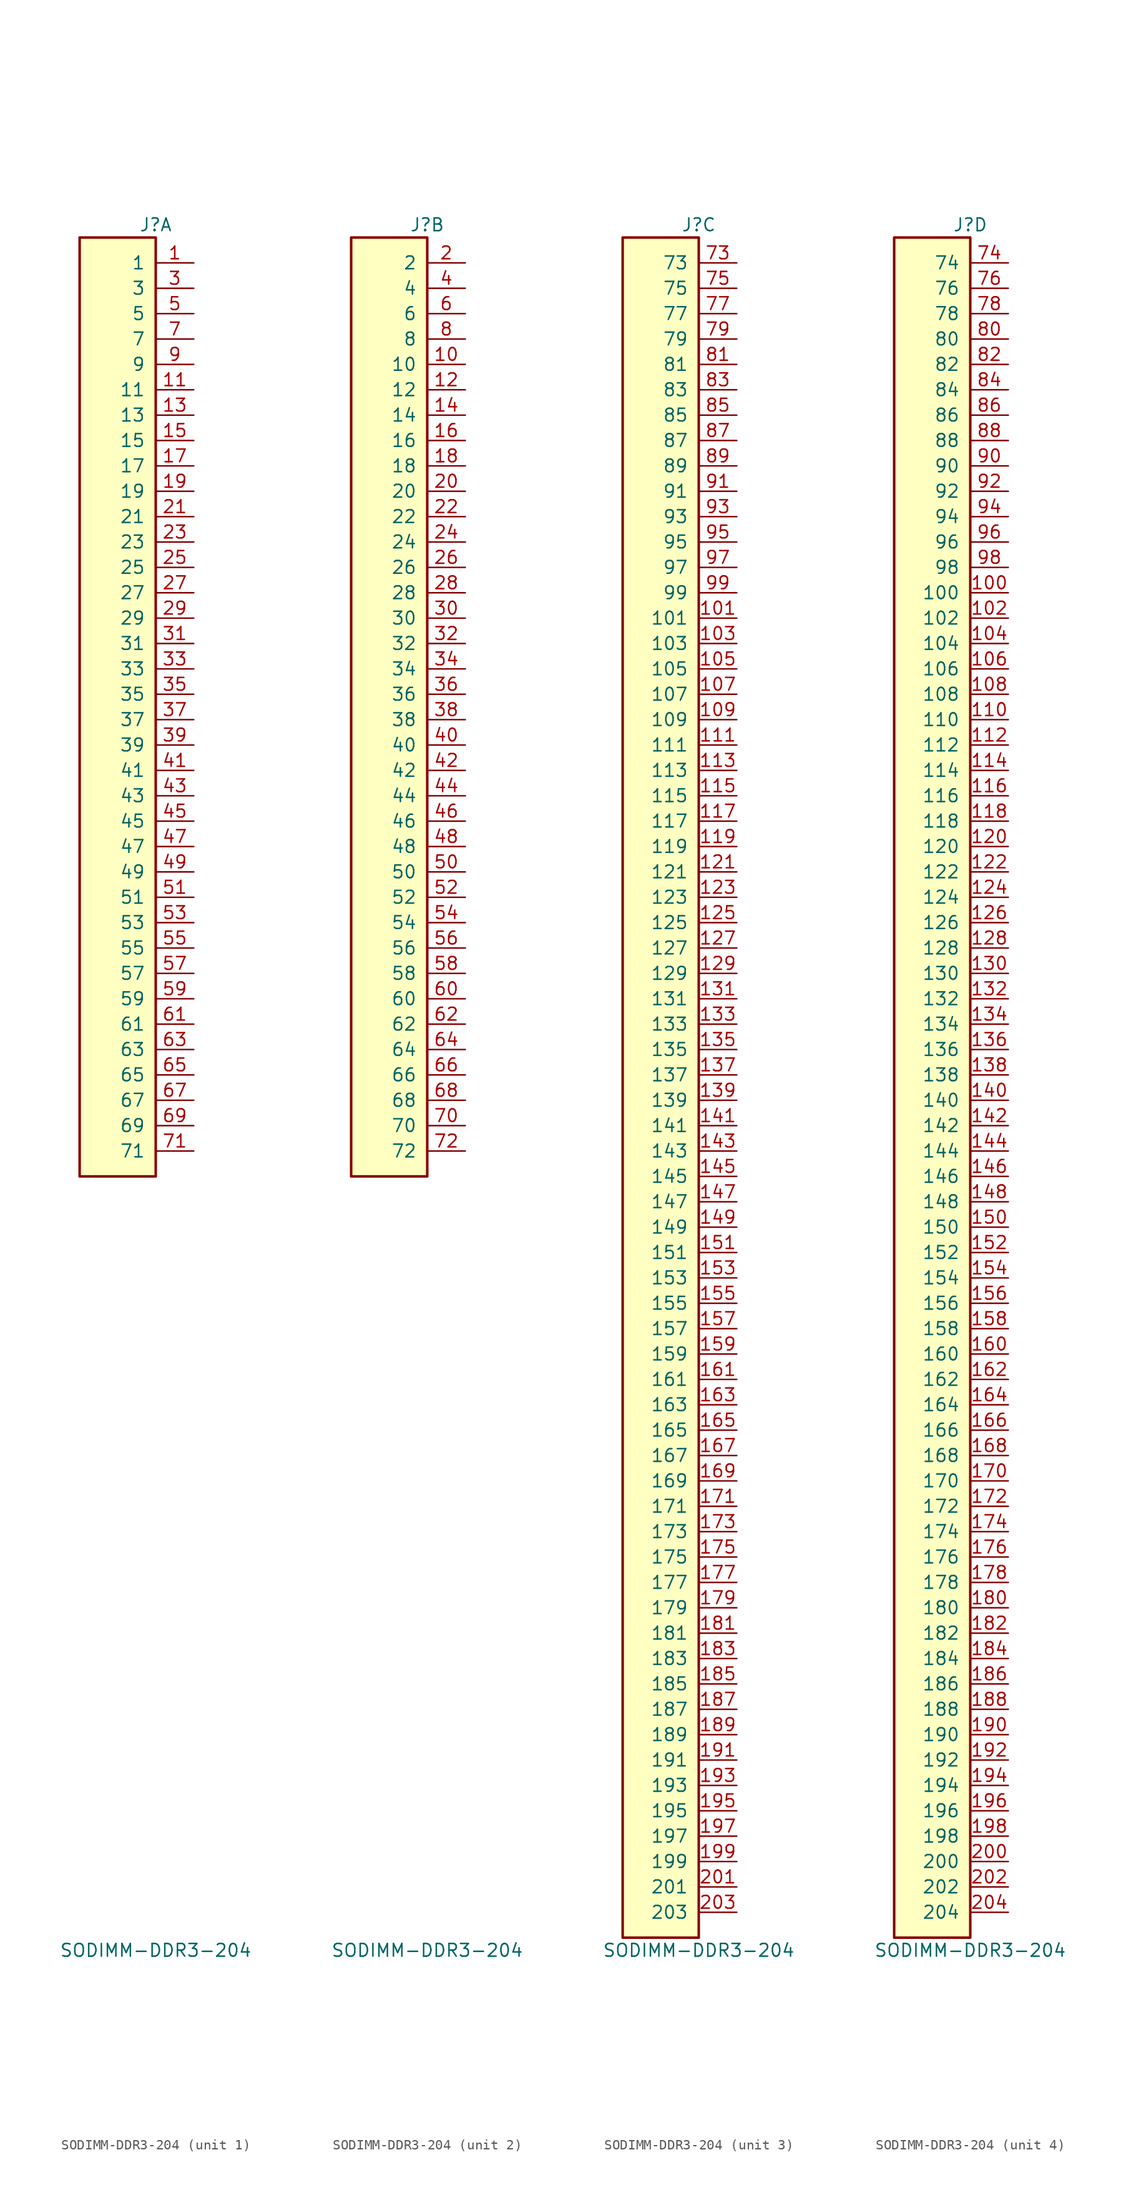
<source format=kicad_sym>
(kicad_symbol_lib
  (version 20220914)
  (generator kicad_symbol_editor)
  (symbol "SODIMM-DDR3-204"
    (pin_names
      (offset 1.016))
    (property "Reference" "J"
      (at 0 44.45 0)
      (effects (font (size 1.27 1.27))))
    (property "Value" "SODIMM-DDR3-204"
      (at 0 -128.27 0)
      (effects (font (size 1.27 1.27))))
    (property "ki_locked" ""
      (at 0 0 0)
      (effects (font (size 1.27 1.27))))
    (symbol "SODIMM-DDR3-204_1_1"
      (rectangle (start 0 43.18) (end -7.62 -50.8) (stroke (width 0.254) (type default)) (fill (type background)))
      (pin unspecified line (at 3.81 40.64 180) (length 3.81) (name "1" (effects (font (size 1.27 1.27)))) (number "1" (effects (font (size 1.27 1.27)))))
      (pin unspecified line (at 3.81 27.94 180) (length 3.81) (name "11" (effects (font (size 1.27 1.27)))) (number "11" (effects (font (size 1.27 1.27)))))
      (pin unspecified line (at 3.81 25.4 180) (length 3.81) (name "13" (effects (font (size 1.27 1.27)))) (number "13" (effects (font (size 1.27 1.27)))))
      (pin unspecified line (at 3.81 22.86 180) (length 3.81) (name "15" (effects (font (size 1.27 1.27)))) (number "15" (effects (font (size 1.27 1.27)))))
      (pin unspecified line (at 3.81 20.32 180) (length 3.81) (name "17" (effects (font (size 1.27 1.27)))) (number "17" (effects (font (size 1.27 1.27)))))
      (pin unspecified line (at 3.81 17.78 180) (length 3.81) (name "19" (effects (font (size 1.27 1.27)))) (number "19" (effects (font (size 1.27 1.27)))))
      (pin unspecified line (at 3.81 15.24 180) (length 3.81) (name "21" (effects (font (size 1.27 1.27)))) (number "21" (effects (font (size 1.27 1.27)))))
      (pin unspecified line (at 3.81 12.7 180) (length 3.81) (name "23" (effects (font (size 1.27 1.27)))) (number "23" (effects (font (size 1.27 1.27)))))
      (pin unspecified line (at 3.81 10.16 180) (length 3.81) (name "25" (effects (font (size 1.27 1.27)))) (number "25" (effects (font (size 1.27 1.27)))))
      (pin unspecified line (at 3.81 7.62 180) (length 3.81) (name "27" (effects (font (size 1.27 1.27)))) (number "27" (effects (font (size 1.27 1.27)))))
      (pin unspecified line (at 3.81 5.08 180) (length 3.81) (name "29" (effects (font (size 1.27 1.27)))) (number "29" (effects (font (size 1.27 1.27)))))
      (pin unspecified line (at 3.81 38.1 180) (length 3.81) (name "3" (effects (font (size 1.27 1.27)))) (number "3" (effects (font (size 1.27 1.27)))))
      (pin unspecified line (at 3.81 2.54 180) (length 3.81) (name "31" (effects (font (size 1.27 1.27)))) (number "31" (effects (font (size 1.27 1.27)))))
      (pin unspecified line (at 3.81 0 180) (length 3.81) (name "33" (effects (font (size 1.27 1.27)))) (number "33" (effects (font (size 1.27 1.27)))))
      (pin unspecified line (at 3.81 -2.54 180) (length 3.81) (name "35" (effects (font (size 1.27 1.27)))) (number "35" (effects (font (size 1.27 1.27)))))
      (pin unspecified line (at 3.81 -5.08 180) (length 3.81) (name "37" (effects (font (size 1.27 1.27)))) (number "37" (effects (font (size 1.27 1.27)))))
      (pin unspecified line (at 3.81 -7.62 180) (length 3.81) (name "39" (effects (font (size 1.27 1.27)))) (number "39" (effects (font (size 1.27 1.27)))))
      (pin unspecified line (at 3.81 -10.16 180) (length 3.81) (name "41" (effects (font (size 1.27 1.27)))) (number "41" (effects (font (size 1.27 1.27)))))
      (pin unspecified line (at 3.81 -12.7 180) (length 3.81) (name "43" (effects (font (size 1.27 1.27)))) (number "43" (effects (font (size 1.27 1.27)))))
      (pin unspecified line (at 3.81 -15.24 180) (length 3.81) (name "45" (effects (font (size 1.27 1.27)))) (number "45" (effects (font (size 1.27 1.27)))))
      (pin unspecified line (at 3.81 -17.78 180) (length 3.81) (name "47" (effects (font (size 1.27 1.27)))) (number "47" (effects (font (size 1.27 1.27)))))
      (pin unspecified line (at 3.81 -20.32 180) (length 3.81) (name "49" (effects (font (size 1.27 1.27)))) (number "49" (effects (font (size 1.27 1.27)))))
      (pin unspecified line (at 3.81 35.56 180) (length 3.81) (name "5" (effects (font (size 1.27 1.27)))) (number "5" (effects (font (size 1.27 1.27)))))
      (pin unspecified line (at 3.81 -22.86 180) (length 3.81) (name "51" (effects (font (size 1.27 1.27)))) (number "51" (effects (font (size 1.27 1.27)))))
      (pin unspecified line (at 3.81 -25.4 180) (length 3.81) (name "53" (effects (font (size 1.27 1.27)))) (number "53" (effects (font (size 1.27 1.27)))))
      (pin unspecified line (at 3.81 -27.94 180) (length 3.81) (name "55" (effects (font (size 1.27 1.27)))) (number "55" (effects (font (size 1.27 1.27)))))
      (pin unspecified line (at 3.81 -30.48 180) (length 3.81) (name "57" (effects (font (size 1.27 1.27)))) (number "57" (effects (font (size 1.27 1.27)))))
      (pin unspecified line (at 3.81 -33.02 180) (length 3.81) (name "59" (effects (font (size 1.27 1.27)))) (number "59" (effects (font (size 1.27 1.27)))))
      (pin unspecified line (at 3.81 -35.56 180) (length 3.81) (name "61" (effects (font (size 1.27 1.27)))) (number "61" (effects (font (size 1.27 1.27)))))
      (pin unspecified line (at 3.81 -38.1 180) (length 3.81) (name "63" (effects (font (size 1.27 1.27)))) (number "63" (effects (font (size 1.27 1.27)))))
      (pin unspecified line (at 3.81 -40.64 180) (length 3.81) (name "65" (effects (font (size 1.27 1.27)))) (number "65" (effects (font (size 1.27 1.27)))))
      (pin unspecified line (at 3.81 -43.18 180) (length 3.81) (name "67" (effects (font (size 1.27 1.27)))) (number "67" (effects (font (size 1.27 1.27)))))
      (pin unspecified line (at 3.81 -45.72 180) (length 3.81) (name "69" (effects (font (size 1.27 1.27)))) (number "69" (effects (font (size 1.27 1.27)))))
      (pin unspecified line (at 3.81 33.02 180) (length 3.81) (name "7" (effects (font (size 1.27 1.27)))) (number "7" (effects (font (size 1.27 1.27)))))
      (pin unspecified line (at 3.81 -48.26 180) (length 3.81) (name "71" (effects (font (size 1.27 1.27)))) (number "71" (effects (font (size 1.27 1.27)))))
      (pin unspecified line (at 3.81 30.48 180) (length 3.81) (name "9" (effects (font (size 1.27 1.27)))) (number "9" (effects (font (size 1.27 1.27))))))
    (symbol "SODIMM-DDR3-204_2_1"
      (rectangle (start 0 43.18) (end -7.62 -50.8) (stroke (width 0.254) (type default)) (fill (type background)))
      (pin unspecified line (at 3.81 30.48 180) (length 3.81) (name "10" (effects (font (size 1.27 1.27)))) (number "10" (effects (font (size 1.27 1.27)))))
      (pin unspecified line (at 3.81 27.94 180) (length 3.81) (name "12" (effects (font (size 1.27 1.27)))) (number "12" (effects (font (size 1.27 1.27)))))
      (pin unspecified line (at 3.81 25.4 180) (length 3.81) (name "14" (effects (font (size 1.27 1.27)))) (number "14" (effects (font (size 1.27 1.27)))))
      (pin unspecified line (at 3.81 22.86 180) (length 3.81) (name "16" (effects (font (size 1.27 1.27)))) (number "16" (effects (font (size 1.27 1.27)))))
      (pin unspecified line (at 3.81 20.32 180) (length 3.81) (name "18" (effects (font (size 1.27 1.27)))) (number "18" (effects (font (size 1.27 1.27)))))
      (pin unspecified line (at 3.81 40.64 180) (length 3.81) (name "2" (effects (font (size 1.27 1.27)))) (number "2" (effects (font (size 1.27 1.27)))))
      (pin unspecified line (at 3.81 17.78 180) (length 3.81) (name "20" (effects (font (size 1.27 1.27)))) (number "20" (effects (font (size 1.27 1.27)))))
      (pin unspecified line (at 3.81 15.24 180) (length 3.81) (name "22" (effects (font (size 1.27 1.27)))) (number "22" (effects (font (size 1.27 1.27)))))
      (pin unspecified line (at 3.81 12.7 180) (length 3.81) (name "24" (effects (font (size 1.27 1.27)))) (number "24" (effects (font (size 1.27 1.27)))))
      (pin unspecified line (at 3.81 10.16 180) (length 3.81) (name "26" (effects (font (size 1.27 1.27)))) (number "26" (effects (font (size 1.27 1.27)))))
      (pin unspecified line (at 3.81 7.62 180) (length 3.81) (name "28" (effects (font (size 1.27 1.27)))) (number "28" (effects (font (size 1.27 1.27)))))
      (pin unspecified line (at 3.81 5.08 180) (length 3.81) (name "30" (effects (font (size 1.27 1.27)))) (number "30" (effects (font (size 1.27 1.27)))))
      (pin unspecified line (at 3.81 2.54 180) (length 3.81) (name "32" (effects (font (size 1.27 1.27)))) (number "32" (effects (font (size 1.27 1.27)))))
      (pin unspecified line (at 3.81 0 180) (length 3.81) (name "34" (effects (font (size 1.27 1.27)))) (number "34" (effects (font (size 1.27 1.27)))))
      (pin unspecified line (at 3.81 -2.54 180) (length 3.81) (name "36" (effects (font (size 1.27 1.27)))) (number "36" (effects (font (size 1.27 1.27)))))
      (pin unspecified line (at 3.81 -5.08 180) (length 3.81) (name "38" (effects (font (size 1.27 1.27)))) (number "38" (effects (font (size 1.27 1.27)))))
      (pin unspecified line (at 3.81 38.1 180) (length 3.81) (name "4" (effects (font (size 1.27 1.27)))) (number "4" (effects (font (size 1.27 1.27)))))
      (pin unspecified line (at 3.81 -7.62 180) (length 3.81) (name "40" (effects (font (size 1.27 1.27)))) (number "40" (effects (font (size 1.27 1.27)))))
      (pin unspecified line (at 3.81 -10.16 180) (length 3.81) (name "42" (effects (font (size 1.27 1.27)))) (number "42" (effects (font (size 1.27 1.27)))))
      (pin unspecified line (at 3.81 -12.7 180) (length 3.81) (name "44" (effects (font (size 1.27 1.27)))) (number "44" (effects (font (size 1.27 1.27)))))
      (pin unspecified line (at 3.81 -15.24 180) (length 3.81) (name "46" (effects (font (size 1.27 1.27)))) (number "46" (effects (font (size 1.27 1.27)))))
      (pin unspecified line (at 3.81 -17.78 180) (length 3.81) (name "48" (effects (font (size 1.27 1.27)))) (number "48" (effects (font (size 1.27 1.27)))))
      (pin unspecified line (at 3.81 -20.32 180) (length 3.81) (name "50" (effects (font (size 1.27 1.27)))) (number "50" (effects (font (size 1.27 1.27)))))
      (pin unspecified line (at 3.81 -22.86 180) (length 3.81) (name "52" (effects (font (size 1.27 1.27)))) (number "52" (effects (font (size 1.27 1.27)))))
      (pin unspecified line (at 3.81 -25.4 180) (length 3.81) (name "54" (effects (font (size 1.27 1.27)))) (number "54" (effects (font (size 1.27 1.27)))))
      (pin unspecified line (at 3.81 -27.94 180) (length 3.81) (name "56" (effects (font (size 1.27 1.27)))) (number "56" (effects (font (size 1.27 1.27)))))
      (pin unspecified line (at 3.81 -30.48 180) (length 3.81) (name "58" (effects (font (size 1.27 1.27)))) (number "58" (effects (font (size 1.27 1.27)))))
      (pin unspecified line (at 3.81 35.56 180) (length 3.81) (name "6" (effects (font (size 1.27 1.27)))) (number "6" (effects (font (size 1.27 1.27)))))
      (pin unspecified line (at 3.81 -33.02 180) (length 3.81) (name "60" (effects (font (size 1.27 1.27)))) (number "60" (effects (font (size 1.27 1.27)))))
      (pin unspecified line (at 3.81 -35.56 180) (length 3.81) (name "62" (effects (font (size 1.27 1.27)))) (number "62" (effects (font (size 1.27 1.27)))))
      (pin unspecified line (at 3.81 -38.1 180) (length 3.81) (name "64" (effects (font (size 1.27 1.27)))) (number "64" (effects (font (size 1.27 1.27)))))
      (pin unspecified line (at 3.81 -40.64 180) (length 3.81) (name "66" (effects (font (size 1.27 1.27)))) (number "66" (effects (font (size 1.27 1.27)))))
      (pin unspecified line (at 3.81 -43.18 180) (length 3.81) (name "68" (effects (font (size 1.27 1.27)))) (number "68" (effects (font (size 1.27 1.27)))))
      (pin unspecified line (at 3.81 -45.72 180) (length 3.81) (name "70" (effects (font (size 1.27 1.27)))) (number "70" (effects (font (size 1.27 1.27)))))
      (pin unspecified line (at 3.81 -48.26 180) (length 3.81) (name "72" (effects (font (size 1.27 1.27)))) (number "72" (effects (font (size 1.27 1.27)))))
      (pin unspecified line (at 3.81 33.02 180) (length 3.81) (name "8" (effects (font (size 1.27 1.27)))) (number "8" (effects (font (size 1.27 1.27))))))
    (symbol "SODIMM-DDR3-204_3_1"
      (rectangle (start 0 -127) (end -7.62 43.18) (stroke (width 0.254) (type default)) (fill (type background)))
      (pin unspecified line (at 3.81 5.08 180) (length 3.81) (name "101" (effects (font (size 1.27 1.27)))) (number "101" (effects (font (size 1.27 1.27)))))
      (pin unspecified line (at 3.81 2.54 180) (length 3.81) (name "103" (effects (font (size 1.27 1.27)))) (number "103" (effects (font (size 1.27 1.27)))))
      (pin unspecified line (at 3.81 0 180) (length 3.81) (name "105" (effects (font (size 1.27 1.27)))) (number "105" (effects (font (size 1.27 1.27)))))
      (pin unspecified line (at 3.81 -2.54 180) (length 3.81) (name "107" (effects (font (size 1.27 1.27)))) (number "107" (effects (font (size 1.27 1.27)))))
      (pin unspecified line (at 3.81 -5.08 180) (length 3.81) (name "109" (effects (font (size 1.27 1.27)))) (number "109" (effects (font (size 1.27 1.27)))))
      (pin unspecified line (at 3.81 -7.62 180) (length 3.81) (name "111" (effects (font (size 1.27 1.27)))) (number "111" (effects (font (size 1.27 1.27)))))
      (pin unspecified line (at 3.81 -10.16 180) (length 3.81) (name "113" (effects (font (size 1.27 1.27)))) (number "113" (effects (font (size 1.27 1.27)))))
      (pin unspecified line (at 3.81 -12.7 180) (length 3.81) (name "115" (effects (font (size 1.27 1.27)))) (number "115" (effects (font (size 1.27 1.27)))))
      (pin unspecified line (at 3.81 -15.24 180) (length 3.81) (name "117" (effects (font (size 1.27 1.27)))) (number "117" (effects (font (size 1.27 1.27)))))
      (pin unspecified line (at 3.81 -17.78 180) (length 3.81) (name "119" (effects (font (size 1.27 1.27)))) (number "119" (effects (font (size 1.27 1.27)))))
      (pin unspecified line (at 3.81 -20.32 180) (length 3.81) (name "121" (effects (font (size 1.27 1.27)))) (number "121" (effects (font (size 1.27 1.27)))))
      (pin unspecified line (at 3.81 -22.86 180) (length 3.81) (name "123" (effects (font (size 1.27 1.27)))) (number "123" (effects (font (size 1.27 1.27)))))
      (pin unspecified line (at 3.81 -25.4 180) (length 3.81) (name "125" (effects (font (size 1.27 1.27)))) (number "125" (effects (font (size 1.27 1.27)))))
      (pin unspecified line (at 3.81 -27.94 180) (length 3.81) (name "127" (effects (font (size 1.27 1.27)))) (number "127" (effects (font (size 1.27 1.27)))))
      (pin unspecified line (at 3.81 -30.48 180) (length 3.81) (name "129" (effects (font (size 1.27 1.27)))) (number "129" (effects (font (size 1.27 1.27)))))
      (pin unspecified line (at 3.81 -33.02 180) (length 3.81) (name "131" (effects (font (size 1.27 1.27)))) (number "131" (effects (font (size 1.27 1.27)))))
      (pin unspecified line (at 3.81 -35.56 180) (length 3.81) (name "133" (effects (font (size 1.27 1.27)))) (number "133" (effects (font (size 1.27 1.27)))))
      (pin unspecified line (at 3.81 -38.1 180) (length 3.81) (name "135" (effects (font (size 1.27 1.27)))) (number "135" (effects (font (size 1.27 1.27)))))
      (pin unspecified line (at 3.81 -40.64 180) (length 3.81) (name "137" (effects (font (size 1.27 1.27)))) (number "137" (effects (font (size 1.27 1.27)))))
      (pin unspecified line (at 3.81 -43.18 180) (length 3.81) (name "139" (effects (font (size 1.27 1.27)))) (number "139" (effects (font (size 1.27 1.27)))))
      (pin unspecified line (at 3.81 -45.72 180) (length 3.81) (name "141" (effects (font (size 1.27 1.27)))) (number "141" (effects (font (size 1.27 1.27)))))
      (pin unspecified line (at 3.81 -48.26 180) (length 3.81) (name "143" (effects (font (size 1.27 1.27)))) (number "143" (effects (font (size 1.27 1.27)))))
      (pin unspecified line (at 3.81 -50.8 180) (length 3.81) (name "145" (effects (font (size 1.27 1.27)))) (number "145" (effects (font (size 1.27 1.27)))))
      (pin unspecified line (at 3.81 -53.34 180) (length 3.81) (name "147" (effects (font (size 1.27 1.27)))) (number "147" (effects (font (size 1.27 1.27)))))
      (pin unspecified line (at 3.81 -55.88 180) (length 3.81) (name "149" (effects (font (size 1.27 1.27)))) (number "149" (effects (font (size 1.27 1.27)))))
      (pin unspecified line (at 3.81 -58.42 180) (length 3.81) (name "151" (effects (font (size 1.27 1.27)))) (number "151" (effects (font (size 1.27 1.27)))))
      (pin unspecified line (at 3.81 -60.96 180) (length 3.81) (name "153" (effects (font (size 1.27 1.27)))) (number "153" (effects (font (size 1.27 1.27)))))
      (pin unspecified line (at 3.81 -63.5 180) (length 3.81) (name "155" (effects (font (size 1.27 1.27)))) (number "155" (effects (font (size 1.27 1.27)))))
      (pin unspecified line (at 3.81 -66.04 180) (length 3.81) (name "157" (effects (font (size 1.27 1.27)))) (number "157" (effects (font (size 1.27 1.27)))))
      (pin unspecified line (at 3.81 -68.58 180) (length 3.81) (name "159" (effects (font (size 1.27 1.27)))) (number "159" (effects (font (size 1.27 1.27)))))
      (pin unspecified line (at 3.81 -71.12 180) (length 3.81) (name "161" (effects (font (size 1.27 1.27)))) (number "161" (effects (font (size 1.27 1.27)))))
      (pin unspecified line (at 3.81 -73.66 180) (length 3.81) (name "163" (effects (font (size 1.27 1.27)))) (number "163" (effects (font (size 1.27 1.27)))))
      (pin unspecified line (at 3.81 -76.2 180) (length 3.81) (name "165" (effects (font (size 1.27 1.27)))) (number "165" (effects (font (size 1.27 1.27)))))
      (pin unspecified line (at 3.81 -78.74 180) (length 3.81) (name "167" (effects (font (size 1.27 1.27)))) (number "167" (effects (font (size 1.27 1.27)))))
      (pin unspecified line (at 3.81 -81.28 180) (length 3.81) (name "169" (effects (font (size 1.27 1.27)))) (number "169" (effects (font (size 1.27 1.27)))))
      (pin unspecified line (at 3.81 -83.82 180) (length 3.81) (name "171" (effects (font (size 1.27 1.27)))) (number "171" (effects (font (size 1.27 1.27)))))
      (pin unspecified line (at 3.81 -86.36 180) (length 3.81) (name "173" (effects (font (size 1.27 1.27)))) (number "173" (effects (font (size 1.27 1.27)))))
      (pin unspecified line (at 3.81 -88.9 180) (length 3.81) (name "175" (effects (font (size 1.27 1.27)))) (number "175" (effects (font (size 1.27 1.27)))))
      (pin unspecified line (at 3.81 -91.44 180) (length 3.81) (name "177" (effects (font (size 1.27 1.27)))) (number "177" (effects (font (size 1.27 1.27)))))
      (pin unspecified line (at 3.81 -93.98 180) (length 3.81) (name "179" (effects (font (size 1.27 1.27)))) (number "179" (effects (font (size 1.27 1.27)))))
      (pin unspecified line (at 3.81 -96.52 180) (length 3.81) (name "181" (effects (font (size 1.27 1.27)))) (number "181" (effects (font (size 1.27 1.27)))))
      (pin unspecified line (at 3.81 -99.06 180) (length 3.81) (name "183" (effects (font (size 1.27 1.27)))) (number "183" (effects (font (size 1.27 1.27)))))
      (pin unspecified line (at 3.81 -101.6 180) (length 3.81) (name "185" (effects (font (size 1.27 1.27)))) (number "185" (effects (font (size 1.27 1.27)))))
      (pin unspecified line (at 3.81 -104.14 180) (length 3.81) (name "187" (effects (font (size 1.27 1.27)))) (number "187" (effects (font (size 1.27 1.27)))))
      (pin unspecified line (at 3.81 -106.68 180) (length 3.81) (name "189" (effects (font (size 1.27 1.27)))) (number "189" (effects (font (size 1.27 1.27)))))
      (pin unspecified line (at 3.81 -109.22 180) (length 3.81) (name "191" (effects (font (size 1.27 1.27)))) (number "191" (effects (font (size 1.27 1.27)))))
      (pin unspecified line (at 3.81 -111.76 180) (length 3.81) (name "193" (effects (font (size 1.27 1.27)))) (number "193" (effects (font (size 1.27 1.27)))))
      (pin unspecified line (at 3.81 -114.3 180) (length 3.81) (name "195" (effects (font (size 1.27 1.27)))) (number "195" (effects (font (size 1.27 1.27)))))
      (pin unspecified line (at 3.81 -116.84 180) (length 3.81) (name "197" (effects (font (size 1.27 1.27)))) (number "197" (effects (font (size 1.27 1.27)))))
      (pin unspecified line (at 3.81 -119.38 180) (length 3.81) (name "199" (effects (font (size 1.27 1.27)))) (number "199" (effects (font (size 1.27 1.27)))))
      (pin unspecified line (at 3.81 -121.92 180) (length 3.81) (name "201" (effects (font (size 1.27 1.27)))) (number "201" (effects (font (size 1.27 1.27)))))
      (pin unspecified line (at 3.81 -124.46 180) (length 3.81) (name "203" (effects (font (size 1.27 1.27)))) (number "203" (effects (font (size 1.27 1.27)))))
      (pin unspecified line (at 3.81 40.64 180) (length 3.81) (name "73" (effects (font (size 1.27 1.27)))) (number "73" (effects (font (size 1.27 1.27)))))
      (pin unspecified line (at 3.81 38.1 180) (length 3.81) (name "75" (effects (font (size 1.27 1.27)))) (number "75" (effects (font (size 1.27 1.27)))))
      (pin unspecified line (at 3.81 35.56 180) (length 3.81) (name "77" (effects (font (size 1.27 1.27)))) (number "77" (effects (font (size 1.27 1.27)))))
      (pin unspecified line (at 3.81 33.02 180) (length 3.81) (name "79" (effects (font (size 1.27 1.27)))) (number "79" (effects (font (size 1.27 1.27)))))
      (pin unspecified line (at 3.81 30.48 180) (length 3.81) (name "81" (effects (font (size 1.27 1.27)))) (number "81" (effects (font (size 1.27 1.27)))))
      (pin unspecified line (at 3.81 27.94 180) (length 3.81) (name "83" (effects (font (size 1.27 1.27)))) (number "83" (effects (font (size 1.27 1.27)))))
      (pin unspecified line (at 3.81 25.4 180) (length 3.81) (name "85" (effects (font (size 1.27 1.27)))) (number "85" (effects (font (size 1.27 1.27)))))
      (pin unspecified line (at 3.81 22.86 180) (length 3.81) (name "87" (effects (font (size 1.27 1.27)))) (number "87" (effects (font (size 1.27 1.27)))))
      (pin unspecified line (at 3.81 20.32 180) (length 3.81) (name "89" (effects (font (size 1.27 1.27)))) (number "89" (effects (font (size 1.27 1.27)))))
      (pin unspecified line (at 3.81 17.78 180) (length 3.81) (name "91" (effects (font (size 1.27 1.27)))) (number "91" (effects (font (size 1.27 1.27)))))
      (pin unspecified line (at 3.81 15.24 180) (length 3.81) (name "93" (effects (font (size 1.27 1.27)))) (number "93" (effects (font (size 1.27 1.27)))))
      (pin unspecified line (at 3.81 12.7 180) (length 3.81) (name "95" (effects (font (size 1.27 1.27)))) (number "95" (effects (font (size 1.27 1.27)))))
      (pin unspecified line (at 3.81 10.16 180) (length 3.81) (name "97" (effects (font (size 1.27 1.27)))) (number "97" (effects (font (size 1.27 1.27)))))
      (pin unspecified line (at 3.81 7.62 180) (length 3.81) (name "99" (effects (font (size 1.27 1.27)))) (number "99" (effects (font (size 1.27 1.27))))))
    (symbol "SODIMM-DDR3-204_4_1"
      (rectangle (start 0 -127) (end -7.62 43.18) (stroke (width 0.254) (type default)) (fill (type background)))
      (pin unspecified line (at 3.81 7.62 180) (length 3.81) (name "100" (effects (font (size 1.27 1.27)))) (number "100" (effects (font (size 1.27 1.27)))))
      (pin unspecified line (at 3.81 5.08 180) (length 3.81) (name "102" (effects (font (size 1.27 1.27)))) (number "102" (effects (font (size 1.27 1.27)))))
      (pin unspecified line (at 3.81 2.54 180) (length 3.81) (name "104" (effects (font (size 1.27 1.27)))) (number "104" (effects (font (size 1.27 1.27)))))
      (pin unspecified line (at 3.81 0 180) (length 3.81) (name "106" (effects (font (size 1.27 1.27)))) (number "106" (effects (font (size 1.27 1.27)))))
      (pin unspecified line (at 3.81 -2.54 180) (length 3.81) (name "108" (effects (font (size 1.27 1.27)))) (number "108" (effects (font (size 1.27 1.27)))))
      (pin unspecified line (at 3.81 -5.08 180) (length 3.81) (name "110" (effects (font (size 1.27 1.27)))) (number "110" (effects (font (size 1.27 1.27)))))
      (pin unspecified line (at 3.81 -7.62 180) (length 3.81) (name "112" (effects (font (size 1.27 1.27)))) (number "112" (effects (font (size 1.27 1.27)))))
      (pin unspecified line (at 3.81 -10.16 180) (length 3.81) (name "114" (effects (font (size 1.27 1.27)))) (number "114" (effects (font (size 1.27 1.27)))))
      (pin unspecified line (at 3.81 -12.7 180) (length 3.81) (name "116" (effects (font (size 1.27 1.27)))) (number "116" (effects (font (size 1.27 1.27)))))
      (pin unspecified line (at 3.81 -15.24 180) (length 3.81) (name "118" (effects (font (size 1.27 1.27)))) (number "118" (effects (font (size 1.27 1.27)))))
      (pin unspecified line (at 3.81 -17.78 180) (length 3.81) (name "120" (effects (font (size 1.27 1.27)))) (number "120" (effects (font (size 1.27 1.27)))))
      (pin unspecified line (at 3.81 -20.32 180) (length 3.81) (name "122" (effects (font (size 1.27 1.27)))) (number "122" (effects (font (size 1.27 1.27)))))
      (pin unspecified line (at 3.81 -22.86 180) (length 3.81) (name "124" (effects (font (size 1.27 1.27)))) (number "124" (effects (font (size 1.27 1.27)))))
      (pin unspecified line (at 3.81 -25.4 180) (length 3.81) (name "126" (effects (font (size 1.27 1.27)))) (number "126" (effects (font (size 1.27 1.27)))))
      (pin unspecified line (at 3.81 -27.94 180) (length 3.81) (name "128" (effects (font (size 1.27 1.27)))) (number "128" (effects (font (size 1.27 1.27)))))
      (pin unspecified line (at 3.81 -30.48 180) (length 3.81) (name "130" (effects (font (size 1.27 1.27)))) (number "130" (effects (font (size 1.27 1.27)))))
      (pin unspecified line (at 3.81 -33.02 180) (length 3.81) (name "132" (effects (font (size 1.27 1.27)))) (number "132" (effects (font (size 1.27 1.27)))))
      (pin unspecified line (at 3.81 -35.56 180) (length 3.81) (name "134" (effects (font (size 1.27 1.27)))) (number "134" (effects (font (size 1.27 1.27)))))
      (pin unspecified line (at 3.81 -38.1 180) (length 3.81) (name "136" (effects (font (size 1.27 1.27)))) (number "136" (effects (font (size 1.27 1.27)))))
      (pin unspecified line (at 3.81 -40.64 180) (length 3.81) (name "138" (effects (font (size 1.27 1.27)))) (number "138" (effects (font (size 1.27 1.27)))))
      (pin unspecified line (at 3.81 -43.18 180) (length 3.81) (name "140" (effects (font (size 1.27 1.27)))) (number "140" (effects (font (size 1.27 1.27)))))
      (pin unspecified line (at 3.81 -45.72 180) (length 3.81) (name "142" (effects (font (size 1.27 1.27)))) (number "142" (effects (font (size 1.27 1.27)))))
      (pin unspecified line (at 3.81 -48.26 180) (length 3.81) (name "144" (effects (font (size 1.27 1.27)))) (number "144" (effects (font (size 1.27 1.27)))))
      (pin unspecified line (at 3.81 -50.8 180) (length 3.81) (name "146" (effects (font (size 1.27 1.27)))) (number "146" (effects (font (size 1.27 1.27)))))
      (pin unspecified line (at 3.81 -53.34 180) (length 3.81) (name "148" (effects (font (size 1.27 1.27)))) (number "148" (effects (font (size 1.27 1.27)))))
      (pin unspecified line (at 3.81 -55.88 180) (length 3.81) (name "150" (effects (font (size 1.27 1.27)))) (number "150" (effects (font (size 1.27 1.27)))))
      (pin unspecified line (at 3.81 -58.42 180) (length 3.81) (name "152" (effects (font (size 1.27 1.27)))) (number "152" (effects (font (size 1.27 1.27)))))
      (pin unspecified line (at 3.81 -60.96 180) (length 3.81) (name "154" (effects (font (size 1.27 1.27)))) (number "154" (effects (font (size 1.27 1.27)))))
      (pin unspecified line (at 3.81 -63.5 180) (length 3.81) (name "156" (effects (font (size 1.27 1.27)))) (number "156" (effects (font (size 1.27 1.27)))))
      (pin unspecified line (at 3.81 -66.04 180) (length 3.81) (name "158" (effects (font (size 1.27 1.27)))) (number "158" (effects (font (size 1.27 1.27)))))
      (pin unspecified line (at 3.81 -68.58 180) (length 3.81) (name "160" (effects (font (size 1.27 1.27)))) (number "160" (effects (font (size 1.27 1.27)))))
      (pin unspecified line (at 3.81 -71.12 180) (length 3.81) (name "162" (effects (font (size 1.27 1.27)))) (number "162" (effects (font (size 1.27 1.27)))))
      (pin unspecified line (at 3.81 -73.66 180) (length 3.81) (name "164" (effects (font (size 1.27 1.27)))) (number "164" (effects (font (size 1.27 1.27)))))
      (pin unspecified line (at 3.81 -76.2 180) (length 3.81) (name "166" (effects (font (size 1.27 1.27)))) (number "166" (effects (font (size 1.27 1.27)))))
      (pin unspecified line (at 3.81 -78.74 180) (length 3.81) (name "168" (effects (font (size 1.27 1.27)))) (number "168" (effects (font (size 1.27 1.27)))))
      (pin unspecified line (at 3.81 -81.28 180) (length 3.81) (name "170" (effects (font (size 1.27 1.27)))) (number "170" (effects (font (size 1.27 1.27)))))
      (pin unspecified line (at 3.81 -83.82 180) (length 3.81) (name "172" (effects (font (size 1.27 1.27)))) (number "172" (effects (font (size 1.27 1.27)))))
      (pin unspecified line (at 3.81 -86.36 180) (length 3.81) (name "174" (effects (font (size 1.27 1.27)))) (number "174" (effects (font (size 1.27 1.27)))))
      (pin unspecified line (at 3.81 -88.9 180) (length 3.81) (name "176" (effects (font (size 1.27 1.27)))) (number "176" (effects (font (size 1.27 1.27)))))
      (pin unspecified line (at 3.81 -91.44 180) (length 3.81) (name "178" (effects (font (size 1.27 1.27)))) (number "178" (effects (font (size 1.27 1.27)))))
      (pin unspecified line (at 3.81 -93.98 180) (length 3.81) (name "180" (effects (font (size 1.27 1.27)))) (number "180" (effects (font (size 1.27 1.27)))))
      (pin unspecified line (at 3.81 -96.52 180) (length 3.81) (name "182" (effects (font (size 1.27 1.27)))) (number "182" (effects (font (size 1.27 1.27)))))
      (pin unspecified line (at 3.81 -99.06 180) (length 3.81) (name "184" (effects (font (size 1.27 1.27)))) (number "184" (effects (font (size 1.27 1.27)))))
      (pin unspecified line (at 3.81 -101.6 180) (length 3.81) (name "186" (effects (font (size 1.27 1.27)))) (number "186" (effects (font (size 1.27 1.27)))))
      (pin unspecified line (at 3.81 -104.14 180) (length 3.81) (name "188" (effects (font (size 1.27 1.27)))) (number "188" (effects (font (size 1.27 1.27)))))
      (pin unspecified line (at 3.81 -106.68 180) (length 3.81) (name "190" (effects (font (size 1.27 1.27)))) (number "190" (effects (font (size 1.27 1.27)))))
      (pin unspecified line (at 3.81 -109.22 180) (length 3.81) (name "192" (effects (font (size 1.27 1.27)))) (number "192" (effects (font (size 1.27 1.27)))))
      (pin unspecified line (at 3.81 -111.76 180) (length 3.81) (name "194" (effects (font (size 1.27 1.27)))) (number "194" (effects (font (size 1.27 1.27)))))
      (pin unspecified line (at 3.81 -114.3 180) (length 3.81) (name "196" (effects (font (size 1.27 1.27)))) (number "196" (effects (font (size 1.27 1.27)))))
      (pin unspecified line (at 3.81 -116.84 180) (length 3.81) (name "198" (effects (font (size 1.27 1.27)))) (number "198" (effects (font (size 1.27 1.27)))))
      (pin unspecified line (at 3.81 -119.38 180) (length 3.81) (name "200" (effects (font (size 1.27 1.27)))) (number "200" (effects (font (size 1.27 1.27)))))
      (pin unspecified line (at 3.81 -121.92 180) (length 3.81) (name "202" (effects (font (size 1.27 1.27)))) (number "202" (effects (font (size 1.27 1.27)))))
      (pin unspecified line (at 3.81 -124.46 180) (length 3.81) (name "204" (effects (font (size 1.27 1.27)))) (number "204" (effects (font (size 1.27 1.27)))))
      (pin unspecified line (at 3.81 40.64 180) (length 3.81) (name "74" (effects (font (size 1.27 1.27)))) (number "74" (effects (font (size 1.27 1.27)))))
      (pin unspecified line (at 3.81 38.1 180) (length 3.81) (name "76" (effects (font (size 1.27 1.27)))) (number "76" (effects (font (size 1.27 1.27)))))
      (pin unspecified line (at 3.81 35.56 180) (length 3.81) (name "78" (effects (font (size 1.27 1.27)))) (number "78" (effects (font (size 1.27 1.27)))))
      (pin unspecified line (at 3.81 33.02 180) (length 3.81) (name "80" (effects (font (size 1.27 1.27)))) (number "80" (effects (font (size 1.27 1.27)))))
      (pin unspecified line (at 3.81 30.48 180) (length 3.81) (name "82" (effects (font (size 1.27 1.27)))) (number "82" (effects (font (size 1.27 1.27)))))
      (pin unspecified line (at 3.81 27.94 180) (length 3.81) (name "84" (effects (font (size 1.27 1.27)))) (number "84" (effects (font (size 1.27 1.27)))))
      (pin unspecified line (at 3.81 25.4 180) (length 3.81) (name "86" (effects (font (size 1.27 1.27)))) (number "86" (effects (font (size 1.27 1.27)))))
      (pin unspecified line (at 3.81 22.86 180) (length 3.81) (name "88" (effects (font (size 1.27 1.27)))) (number "88" (effects (font (size 1.27 1.27)))))
      (pin unspecified line (at 3.81 20.32 180) (length 3.81) (name "90" (effects (font (size 1.27 1.27)))) (number "90" (effects (font (size 1.27 1.27)))))
      (pin unspecified line (at 3.81 17.78 180) (length 3.81) (name "92" (effects (font (size 1.27 1.27)))) (number "92" (effects (font (size 1.27 1.27)))))
      (pin unspecified line (at 3.81 15.24 180) (length 3.81) (name "94" (effects (font (size 1.27 1.27)))) (number "94" (effects (font (size 1.27 1.27)))))
      (pin unspecified line (at 3.81 12.7 180) (length 3.81) (name "96" (effects (font (size 1.27 1.27)))) (number "96" (effects (font (size 1.27 1.27)))))
      (pin unspecified line (at 3.81 10.16 180) (length 3.81) (name "98" (effects (font (size 1.27 1.27)))) (number "98" (effects (font (size 1.27 1.27))))))))
</source>
